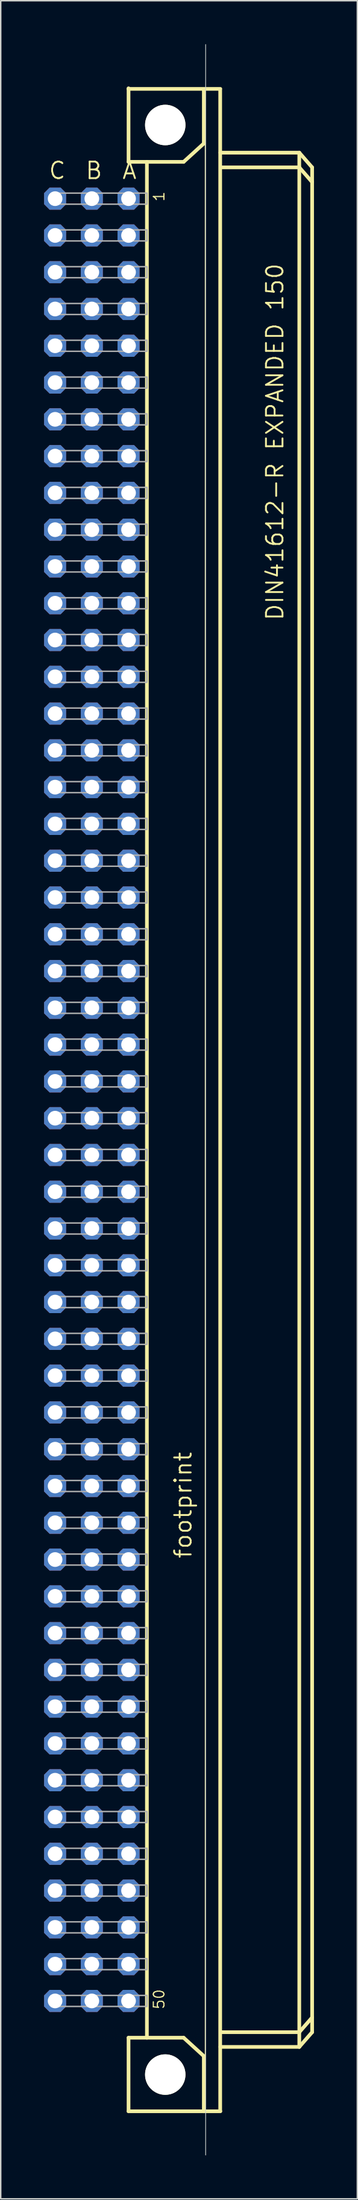
<source format=kicad_pcb>
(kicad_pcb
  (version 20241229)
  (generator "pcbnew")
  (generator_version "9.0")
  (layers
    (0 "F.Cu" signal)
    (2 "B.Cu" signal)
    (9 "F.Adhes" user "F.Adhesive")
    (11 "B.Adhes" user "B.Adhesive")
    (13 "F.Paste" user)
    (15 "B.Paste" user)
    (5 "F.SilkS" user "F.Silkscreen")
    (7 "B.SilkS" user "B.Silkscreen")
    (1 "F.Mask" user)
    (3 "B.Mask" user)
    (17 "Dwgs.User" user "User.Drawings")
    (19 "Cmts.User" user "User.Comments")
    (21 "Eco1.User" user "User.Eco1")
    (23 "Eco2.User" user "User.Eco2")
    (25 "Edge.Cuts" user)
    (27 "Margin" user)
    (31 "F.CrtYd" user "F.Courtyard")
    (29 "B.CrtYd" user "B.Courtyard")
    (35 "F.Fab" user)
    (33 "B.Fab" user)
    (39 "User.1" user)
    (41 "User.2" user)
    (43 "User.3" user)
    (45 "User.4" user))
  (footprint "footprint"
    (layer "F.Cu")
    (at 8.382 72.898)
    (property "Reference" "footprint" (at 1.905 31.75 90) (layer "F.SilkS") (effects (font (size 1.143 1.143) (thickness 0.127)) (justify left bottom)))
    (fp_line (start -2.54 -69.85) (end -2.54 -69.81) (stroke (width 0.254) (type solid)) (layer "F.SilkS"))
    (fp_line (start -2.54 -69.81) (end -2.54 -64.77) (stroke (width 0.254) (type solid)) (layer "F.SilkS"))
    (fp_line (start -2.54 -69.81) (end 3.81 -69.81) (stroke (width 0.254) (type solid)) (layer "F.SilkS"))
    (fp_line (start -2.54 -64.77) (end -1.27 -64.77) (stroke (width 0.254) (type solid)) (layer "F.SilkS"))
    (fp_line (start -2.54 64.77) (end -1.27 64.77) (stroke (width 0.254) (type solid)) (layer "F.SilkS"))
    (fp_line (start -2.54 69.85) (end -2.54 64.77) (stroke (width 0.254) (type solid)) (layer "F.SilkS"))
    (fp_line (start -2.54 69.85) (end 2.667 69.85) (stroke (width 0.254) (type solid)) (layer "F.SilkS"))
    (fp_line (start -1.27 -64.77) (end -1.27 64.77) (stroke (width 0.254) (type solid)) (layer "F.SilkS"))
    (fp_line (start -1.27 -64.77) (end 1.27 -64.77) (stroke (width 0.254) (type solid)) (layer "F.SilkS"))
    (fp_line (start -1.27 64.77) (end 1.27 64.77) (stroke (width 0.254) (type solid)) (layer "F.SilkS"))
    (fp_line (start 1.27 -64.77) (end 2.667 -66.04) (stroke (width 0.254) (type solid)) (layer "F.SilkS"))
    (fp_line (start 1.27 64.77) (end 2.667 66.04) (stroke (width 0.254) (type solid)) (layer "F.SilkS"))
    (fp_line (start 2.667 -66.04) (end 2.667 -69.723) (stroke (width 0.254) (type solid)) (layer "F.SilkS"))
    (fp_line (start 2.667 66.04) (end 2.667 69.85) (stroke (width 0.254) (type solid)) (layer "F.SilkS"))
    (fp_line (start 2.667 69.85) (end 3.81 69.85) (stroke (width 0.254) (type solid)) (layer "F.SilkS"))
    (fp_line (start 2.76 -69.72) (end 2.76 69.847) (stroke (width 0.051) (type solid)) (layer "F.SilkS"))
    (fp_line (start 3.8 69.847) (end 3.8 -69.72) (stroke (width 0.254) (type solid)) (layer "F.SilkS"))
    (fp_line (start 3.81 -65.405) (end 9.271 -65.405) (stroke (width 0.254) (type solid)) (layer "F.SilkS"))
    (fp_line (start 3.937 64.389) (end 9.271 64.389) (stroke (width 0.254) (type solid)) (layer "F.SilkS"))
    (fp_line (start 9.271 -64.389) (end 3.937 -64.389) (stroke (width 0.254) (type solid)) (layer "F.SilkS"))
    (fp_line (start 9.271 -64.389) (end 9.271 -65.405) (stroke (width 0.254) (type solid)) (layer "F.SilkS"))
    (fp_line (start 9.271 64.389) (end 9.271 -64.389) (stroke (width 0.254) (type solid)) (layer "F.SilkS"))
    (fp_line (start 9.271 64.389) (end 10.16 63.373) (stroke (width 0.254) (type solid)) (layer "F.SilkS"))
    (fp_line (start 9.271 65.405) (end 3.81 65.405) (stroke (width 0.254) (type solid)) (layer "F.SilkS"))
    (fp_line (start 9.271 65.405) (end 9.271 64.389) (stroke (width 0.254) (type solid)) (layer "F.SilkS"))
    (fp_line (start 9.271 65.405) (end 10.16 64.389) (stroke (width 0.254) (type solid)) (layer "F.SilkS"))
    (fp_line (start 10.16 -64.389) (end 9.271 -65.405) (stroke (width 0.254) (type solid)) (layer "F.SilkS"))
    (fp_line (start 10.16 -63.373) (end 9.271 -64.389) (stroke (width 0.254) (type solid)) (layer "F.SilkS"))
    (fp_line (start 10.16 -63.373) (end 10.16 -64.389) (stroke (width 0.254) (type solid)) (layer "F.SilkS"))
    (fp_line (start 10.16 63.373) (end 10.16 -63.373) (stroke (width 0.254) (type solid)) (layer "F.SilkS"))
    (fp_line (start 10.16 64.389) (end 10.16 63.373) (stroke (width 0.254) (type solid)) (layer "F.SilkS"))
    (fp_circle (center 0 -67.316) (end 1.27 -67.316) (stroke (width 0.254) (type solid)) (fill no) (layer "F.SilkS"))
    (fp_circle (center 0 67.316) (end 1.27 67.316) (stroke (width 0.254) (type solid)) (fill no) (layer "F.SilkS"))
    (fp_line (start 2.794 72.873) (end 2.794 -72.873) (stroke (width 0.05) (type solid)) (layer "Edge.Cuts"))
    (fp_poly (pts (xy -7.874 -61.849) (xy -1.27 -61.849) (xy -1.27 -62.611) (xy -7.874 -62.611)) (stroke (width 0.1) (type solid)) (fill no) (layer "F.Fab"))
    (fp_poly (pts (xy -7.874 -59.309) (xy -1.27 -59.309) (xy -1.27 -60.071) (xy -7.874 -60.071)) (stroke (width 0.1) (type solid)) (fill no) (layer "F.Fab"))
    (fp_poly (pts (xy -7.874 -56.769) (xy -1.27 -56.769) (xy -1.27 -57.531) (xy -7.874 -57.531)) (stroke (width 0.1) (type solid)) (fill no) (layer "F.Fab"))
    (fp_poly (pts (xy -7.874 -54.229) (xy -1.27 -54.229) (xy -1.27 -54.991) (xy -7.874 -54.991)) (stroke (width 0.1) (type solid)) (fill no) (layer "F.Fab"))
    (fp_poly (pts (xy -7.874 -51.689) (xy -1.27 -51.689) (xy -1.27 -52.451) (xy -7.874 -52.451)) (stroke (width 0.1) (type solid)) (fill no) (layer "F.Fab"))
    (fp_poly (pts (xy -7.874 -49.149) (xy -1.27 -49.149) (xy -1.27 -49.911) (xy -7.874 -49.911)) (stroke (width 0.1) (type solid)) (fill no) (layer "F.Fab"))
    (fp_poly (pts (xy -7.874 -46.609) (xy -1.27 -46.609) (xy -1.27 -47.371) (xy -7.874 -47.371)) (stroke (width 0.1) (type solid)) (fill no) (layer "F.Fab"))
    (fp_poly (pts (xy -7.874 -44.069) (xy -1.27 -44.069) (xy -1.27 -44.831) (xy -7.874 -44.831)) (stroke (width 0.1) (type solid)) (fill no) (layer "F.Fab"))
    (fp_poly (pts (xy -7.874 -41.529) (xy -1.27 -41.529) (xy -1.27 -42.291) (xy -7.874 -42.291)) (stroke (width 0.1) (type solid)) (fill no) (layer "F.Fab"))
    (fp_poly (pts (xy -7.874 -38.989) (xy -1.27 -38.989) (xy -1.27 -39.751) (xy -7.874 -39.751)) (stroke (width 0.1) (type solid)) (fill no) (layer "F.Fab"))
    (fp_poly (pts (xy -7.874 -36.449) (xy -1.27 -36.449) (xy -1.27 -37.211) (xy -7.874 -37.211)) (stroke (width 0.1) (type solid)) (fill no) (layer "F.Fab"))
    (fp_poly (pts (xy -7.874 -33.909) (xy -1.27 -33.909) (xy -1.27 -34.671) (xy -7.874 -34.671)) (stroke (width 0.1) (type solid)) (fill no) (layer "F.Fab"))
    (fp_poly (pts (xy -7.874 -31.369) (xy -1.27 -31.369) (xy -1.27 -32.131) (xy -7.874 -32.131)) (stroke (width 0.1) (type solid)) (fill no) (layer "F.Fab"))
    (fp_poly (pts (xy -7.874 -28.829) (xy -1.27 -28.829) (xy -1.27 -29.591) (xy -7.874 -29.591)) (stroke (width 0.1) (type solid)) (fill no) (layer "F.Fab"))
    (fp_poly (pts (xy -7.874 -26.289) (xy -1.27 -26.289) (xy -1.27 -27.051) (xy -7.874 -27.051)) (stroke (width 0.1) (type solid)) (fill no) (layer "F.Fab"))
    (fp_poly (pts (xy -7.874 -23.749) (xy -1.27 -23.749) (xy -1.27 -24.511) (xy -7.874 -24.511)) (stroke (width 0.1) (type solid)) (fill no) (layer "F.Fab"))
    (fp_poly (pts (xy -7.874 -21.209) (xy -1.27 -21.209) (xy -1.27 -21.971) (xy -7.874 -21.971)) (stroke (width 0.1) (type solid)) (fill no) (layer "F.Fab"))
    (fp_poly (pts (xy -7.874 -18.669) (xy -1.27 -18.669) (xy -1.27 -19.431) (xy -7.874 -19.431)) (stroke (width 0.1) (type solid)) (fill no) (layer "F.Fab"))
    (fp_poly (pts (xy -7.874 -16.129) (xy -1.27 -16.129) (xy -1.27 -16.891) (xy -7.874 -16.891)) (stroke (width 0.1) (type solid)) (fill no) (layer "F.Fab"))
    (fp_poly (pts (xy -7.874 -13.589) (xy -1.27 -13.589) (xy -1.27 -14.351) (xy -7.874 -14.351)) (stroke (width 0.1) (type solid)) (fill no) (layer "F.Fab"))
    (fp_poly (pts (xy -7.874 -11.049) (xy -1.27 -11.049) (xy -1.27 -11.811) (xy -7.874 -11.811)) (stroke (width 0.1) (type solid)) (fill no) (layer "F.Fab"))
    (fp_poly (pts (xy -7.874 -8.509) (xy -1.27 -8.509) (xy -1.27 -9.271) (xy -7.874 -9.271)) (stroke (width 0.1) (type solid)) (fill no) (layer "F.Fab"))
    (fp_poly (pts (xy -7.874 -5.969) (xy -1.27 -5.969) (xy -1.27 -6.731) (xy -7.874 -6.731)) (stroke (width 0.1) (type solid)) (fill no) (layer "F.Fab"))
    (fp_poly (pts (xy -7.874 -3.429) (xy -1.27 -3.429) (xy -1.27 -4.191) (xy -7.874 -4.191)) (stroke (width 0.1) (type solid)) (fill no) (layer "F.Fab"))
    (fp_poly (pts (xy -7.874 -0.889) (xy -1.27 -0.889) (xy -1.27 -1.651) (xy -7.874 -1.651)) (stroke (width 0.1) (type solid)) (fill no) (layer "F.Fab"))
    (fp_poly (pts (xy -7.874 1.651) (xy -1.27 1.651) (xy -1.27 0.889) (xy -7.874 0.889)) (stroke (width 0.1) (type solid)) (fill no) (layer "F.Fab"))
    (fp_poly (pts (xy -7.874 4.191) (xy -1.27 4.191) (xy -1.27 3.429) (xy -7.874 3.429)) (stroke (width 0.1) (type solid)) (fill no) (layer "F.Fab"))
    (fp_poly (pts (xy -7.874 6.731) (xy -1.27 6.731) (xy -1.27 5.969) (xy -7.874 5.969)) (stroke (width 0.1) (type solid)) (fill no) (layer "F.Fab"))
    (fp_poly (pts (xy -7.874 9.271) (xy -1.27 9.271) (xy -1.27 8.509) (xy -7.874 8.509)) (stroke (width 0.1) (type solid)) (fill no) (layer "F.Fab"))
    (fp_poly (pts (xy -7.874 11.811) (xy -1.27 11.811) (xy -1.27 11.049) (xy -7.874 11.049)) (stroke (width 0.1) (type solid)) (fill no) (layer "F.Fab"))
    (fp_poly (pts (xy -7.874 14.351) (xy -1.27 14.351) (xy -1.27 13.589) (xy -7.874 13.589)) (stroke (width 0.1) (type solid)) (fill no) (layer "F.Fab"))
    (fp_poly (pts (xy -7.874 16.891) (xy -1.27 16.891) (xy -1.27 16.129) (xy -7.874 16.129)) (stroke (width 0.1) (type solid)) (fill no) (layer "F.Fab"))
    (fp_poly (pts (xy -7.874 19.431) (xy -1.27 19.431) (xy -1.27 18.669) (xy -7.874 18.669)) (stroke (width 0.1) (type solid)) (fill no) (layer "F.Fab"))
    (fp_poly (pts (xy -7.874 21.971) (xy -1.27 21.971) (xy -1.27 21.209) (xy -7.874 21.209)) (stroke (width 0.1) (type solid)) (fill no) (layer "F.Fab"))
    (fp_poly (pts (xy -7.874 24.511) (xy -1.27 24.511) (xy -1.27 23.749) (xy -7.874 23.749)) (stroke (width 0.1) (type solid)) (fill no) (layer "F.Fab"))
    (fp_poly (pts (xy -7.874 27.051) (xy -1.27 27.051) (xy -1.27 26.289) (xy -7.874 26.289)) (stroke (width 0.1) (type solid)) (fill no) (layer "F.Fab"))
    (fp_poly (pts (xy -7.874 29.591) (xy -1.27 29.591) (xy -1.27 28.829) (xy -7.874 28.829)) (stroke (width 0.1) (type solid)) (fill no) (layer "F.Fab"))
    (fp_poly (pts (xy -7.874 32.131) (xy -1.27 32.131) (xy -1.27 31.369) (xy -7.874 31.369)) (stroke (width 0.1) (type solid)) (fill no) (layer "F.Fab"))
    (fp_poly (pts (xy -7.874 34.671) (xy -1.27 34.671) (xy -1.27 33.909) (xy -7.874 33.909)) (stroke (width 0.1) (type solid)) (fill no) (layer "F.Fab"))
    (fp_poly (pts (xy -7.874 37.211) (xy -1.27 37.211) (xy -1.27 36.449) (xy -7.874 36.449)) (stroke (width 0.1) (type solid)) (fill no) (layer "F.Fab"))
    (fp_poly (pts (xy -7.874 39.751) (xy -1.27 39.751) (xy -1.27 38.989) (xy -7.874 38.989)) (stroke (width 0.1) (type solid)) (fill no) (layer "F.Fab"))
    (fp_poly (pts (xy -7.874 42.291) (xy -1.27 42.291) (xy -1.27 41.529) (xy -7.874 41.529)) (stroke (width 0.1) (type solid)) (fill no) (layer "F.Fab"))
    (fp_poly (pts (xy -7.874 44.831) (xy -1.27 44.831) (xy -1.27 44.069) (xy -7.874 44.069)) (stroke (width 0.1) (type solid)) (fill no) (layer "F.Fab"))
    (fp_poly (pts (xy -7.874 47.371) (xy -1.27 47.371) (xy -1.27 46.609) (xy -7.874 46.609)) (stroke (width 0.1) (type solid)) (fill no) (layer "F.Fab"))
    (fp_poly (pts (xy -7.874 49.911) (xy -1.27 49.911) (xy -1.27 49.149) (xy -7.874 49.149)) (stroke (width 0.1) (type solid)) (fill no) (layer "F.Fab"))
    (fp_poly (pts (xy -7.874 52.451) (xy -1.27 52.451) (xy -1.27 51.689) (xy -7.874 51.689)) (stroke (width 0.1) (type solid)) (fill no) (layer "F.Fab"))
    (fp_poly (pts (xy -7.874 54.991) (xy -1.27 54.991) (xy -1.27 54.229) (xy -7.874 54.229)) (stroke (width 0.1) (type solid)) (fill no) (layer "F.Fab"))
    (fp_poly (pts (xy -7.874 57.531) (xy -1.27 57.531) (xy -1.27 56.769) (xy -7.874 56.769)) (stroke (width 0.1) (type solid)) (fill no) (layer "F.Fab"))
    (fp_poly (pts (xy -7.874 60.071) (xy -1.27 60.071) (xy -1.27 59.309) (xy -7.874 59.309)) (stroke (width 0.1) (type solid)) (fill no) (layer "F.Fab"))
    (fp_poly (pts (xy -7.874 62.611) (xy -1.27 62.611) (xy -1.27 61.849) (xy -7.874 61.849)) (stroke (width 0.1) (type solid)) (fill no) (layer "F.Fab"))
    (fp_text user "A" (at -3.048 -63.5 0) (layer "F.SilkS") (effects (font (size 1.143 1.143) (thickness 0.127)) (justify left bottom)))
    (fp_text user "1" (at 0 -61.976 90) (layer "F.SilkS") (effects (font (size 0.732 0.732) (thickness 0.081)) (justify left bottom)))
    (fp_text user "DIN41612-R EXPANDED 150" (at 8.255 -33.02 90) (layer "F.SilkS") (effects (font (size 1.143 1.143) (thickness 0.127)) (justify left bottom)))
    (fp_text user "C" (at -8.128 -63.5 0) (layer "F.SilkS") (effects (font (size 1.143 1.143) (thickness 0.127)) (justify left bottom)))
    (fp_text user "B" (at -5.588 -63.5 0) (layer "F.SilkS") (effects (font (size 1.143 1.143) (thickness 0.127)) (justify left bottom)))
    (fp_text user "50" (at 0 62.865 90) (layer "F.SilkS") (effects (font (size 0.732 0.732) (thickness 0.081)) (justify left bottom)))
    (pad "" np_thru_hole circle (at 0 -67.316) (size 2.794 2.794) (drill 2.794) (layers "*.Cu" "*.Mask"))
    (pad "" np_thru_hole circle (at 0 67.316) (size 2.794 2.794) (drill 2.794) (layers "*.Cu" "*.Mask"))
    (pad "A1" thru_hole roundrect (at -2.54 -62.23) (size 1.524 1.524) (drill 1.016) (layers "*.Cu" "*.Mask") (roundrect_rratio 0.25) (chamfer_ratio 0.25) (chamfer top_left top_right bottom_left bottom_right))
    (pad "A2" thru_hole roundrect (at -2.54 -59.69) (size 1.524 1.524) (drill 1.016) (layers "*.Cu" "*.Mask") (roundrect_rratio 0.25) (chamfer_ratio 0.25) (chamfer top_left top_right bottom_left bottom_right))
    (pad "A3" thru_hole roundrect (at -2.54 -57.15) (size 1.524 1.524) (drill 1.016) (layers "*.Cu" "*.Mask") (roundrect_rratio 0.25) (chamfer_ratio 0.25) (chamfer top_left top_right bottom_left bottom_right))
    (pad "A4" thru_hole roundrect (at -2.54 -54.61) (size 1.524 1.524) (drill 1.016) (layers "*.Cu" "*.Mask") (roundrect_rratio 0.25) (chamfer_ratio 0.25) (chamfer top_left top_right bottom_left bottom_right))
    (pad "A5" thru_hole roundrect (at -2.54 -52.07) (size 1.524 1.524) (drill 1.016) (layers "*.Cu" "*.Mask") (roundrect_rratio 0.25) (chamfer_ratio 0.25) (chamfer top_left top_right bottom_left bottom_right))
    (pad "A6" thru_hole roundrect (at -2.54 -49.53) (size 1.524 1.524) (drill 1.016) (layers "*.Cu" "*.Mask") (roundrect_rratio 0.25) (chamfer_ratio 0.25) (chamfer top_left top_right bottom_left bottom_right))
    (pad "A7" thru_hole roundrect (at -2.54 -46.99) (size 1.524 1.524) (drill 1.016) (layers "*.Cu" "*.Mask") (roundrect_rratio 0.25) (chamfer_ratio 0.25) (chamfer top_left top_right bottom_left bottom_right))
    (pad "A8" thru_hole roundrect (at -2.54 -44.45) (size 1.524 1.524) (drill 1.016) (layers "*.Cu" "*.Mask") (roundrect_rratio 0.25) (chamfer_ratio 0.25) (chamfer top_left top_right bottom_left bottom_right))
    (pad "A9" thru_hole roundrect (at -2.54 -41.91) (size 1.524 1.524) (drill 1.016) (layers "*.Cu" "*.Mask") (roundrect_rratio 0.25) (chamfer_ratio 0.25) (chamfer top_left top_right bottom_left bottom_right))
    (pad "A10" thru_hole roundrect (at -2.54 -39.37) (size 1.524 1.524) (drill 1.016) (layers "*.Cu" "*.Mask") (roundrect_rratio 0.25) (chamfer_ratio 0.25) (chamfer top_left top_right bottom_left bottom_right))
    (pad "A11" thru_hole roundrect (at -2.54 -36.83) (size 1.524 1.524) (drill 1.016) (layers "*.Cu" "*.Mask") (roundrect_rratio 0.25) (chamfer_ratio 0.25) (chamfer top_left top_right bottom_left bottom_right))
    (pad "A12" thru_hole roundrect (at -2.54 -34.29) (size 1.524 1.524) (drill 1.016) (layers "*.Cu" "*.Mask") (roundrect_rratio 0.25) (chamfer_ratio 0.25) (chamfer top_left top_right bottom_left bottom_right))
    (pad "A13" thru_hole roundrect (at -2.54 -31.75) (size 1.524 1.524) (drill 1.016) (layers "*.Cu" "*.Mask") (roundrect_rratio 0.25) (chamfer_ratio 0.25) (chamfer top_left top_right bottom_left bottom_right))
    (pad "A14" thru_hole roundrect (at -2.54 -29.21) (size 1.524 1.524) (drill 1.016) (layers "*.Cu" "*.Mask") (roundrect_rratio 0.25) (chamfer_ratio 0.25) (chamfer top_left top_right bottom_left bottom_right))
    (pad "A15" thru_hole roundrect (at -2.54 -26.67) (size 1.524 1.524) (drill 1.016) (layers "*.Cu" "*.Mask") (roundrect_rratio 0.25) (chamfer_ratio 0.25) (chamfer top_left top_right bottom_left bottom_right))
    (pad "A16" thru_hole roundrect (at -2.54 -24.13) (size 1.524 1.524) (drill 1.016) (layers "*.Cu" "*.Mask") (roundrect_rratio 0.25) (chamfer_ratio 0.25) (chamfer top_left top_right bottom_left bottom_right))
    (pad "A17" thru_hole roundrect (at -2.54 -21.59) (size 1.524 1.524) (drill 1.016) (layers "*.Cu" "*.Mask") (roundrect_rratio 0.25) (chamfer_ratio 0.25) (chamfer top_left top_right bottom_left bottom_right))
    (pad "A18" thru_hole roundrect (at -2.54 -19.05) (size 1.524 1.524) (drill 1.016) (layers "*.Cu" "*.Mask") (roundrect_rratio 0.25) (chamfer_ratio 0.25) (chamfer top_left top_right bottom_left bottom_right))
    (pad "A19" thru_hole roundrect (at -2.54 -16.51) (size 1.524 1.524) (drill 1.016) (layers "*.Cu" "*.Mask") (roundrect_rratio 0.25) (chamfer_ratio 0.25) (chamfer top_left top_right bottom_left bottom_right))
    (pad "A20" thru_hole roundrect (at -2.54 -13.97) (size 1.524 1.524) (drill 1.016) (layers "*.Cu" "*.Mask") (roundrect_rratio 0.25) (chamfer_ratio 0.25) (chamfer top_left top_right bottom_left bottom_right))
    (pad "A21" thru_hole roundrect (at -2.54 -11.43) (size 1.524 1.524) (drill 1.016) (layers "*.Cu" "*.Mask") (roundrect_rratio 0.25) (chamfer_ratio 0.25) (chamfer top_left top_right bottom_left bottom_right))
    (pad "A22" thru_hole roundrect (at -2.54 -8.89) (size 1.524 1.524) (drill 1.016) (layers "*.Cu" "*.Mask") (roundrect_rratio 0.25) (chamfer_ratio 0.25) (chamfer top_left top_right bottom_left bottom_right))
    (pad "A23" thru_hole roundrect (at -2.54 -6.35) (size 1.524 1.524) (drill 1.016) (layers "*.Cu" "*.Mask") (roundrect_rratio 0.25) (chamfer_ratio 0.25) (chamfer top_left top_right bottom_left bottom_right))
    (pad "A24" thru_hole roundrect (at -2.54 -3.81) (size 1.524 1.524) (drill 1.016) (layers "*.Cu" "*.Mask") (roundrect_rratio 0.25) (chamfer_ratio 0.25) (chamfer top_left top_right bottom_left bottom_right))
    (pad "A25" thru_hole roundrect (at -2.54 -1.27) (size 1.524 1.524) (drill 1.016) (layers "*.Cu" "*.Mask") (roundrect_rratio 0.25) (chamfer_ratio 0.25) (chamfer top_left top_right bottom_left bottom_right))
    (pad "A26" thru_hole roundrect (at -2.54 1.27) (size 1.524 1.524) (drill 1.016) (layers "*.Cu" "*.Mask") (roundrect_rratio 0.25) (chamfer_ratio 0.25) (chamfer top_left top_right bottom_left bottom_right))
    (pad "A27" thru_hole roundrect (at -2.54 3.81) (size 1.524 1.524) (drill 1.016) (layers "*.Cu" "*.Mask") (roundrect_rratio 0.25) (chamfer_ratio 0.25) (chamfer top_left top_right bottom_left bottom_right))
    (pad "A28" thru_hole roundrect (at -2.54 6.35) (size 1.524 1.524) (drill 1.016) (layers "*.Cu" "*.Mask") (roundrect_rratio 0.25) (chamfer_ratio 0.25) (chamfer top_left top_right bottom_left bottom_right))
    (pad "A29" thru_hole roundrect (at -2.54 8.89) (size 1.524 1.524) (drill 1.016) (layers "*.Cu" "*.Mask") (roundrect_rratio 0.25) (chamfer_ratio 0.25) (chamfer top_left top_right bottom_left bottom_right))
    (pad "A30" thru_hole roundrect (at -2.54 11.43) (size 1.524 1.524) (drill 1.016) (layers "*.Cu" "*.Mask") (roundrect_rratio 0.25) (chamfer_ratio 0.25) (chamfer top_left top_right bottom_left bottom_right))
    (pad "A31" thru_hole roundrect (at -2.54 13.97) (size 1.524 1.524) (drill 1.016) (layers "*.Cu" "*.Mask") (roundrect_rratio 0.25) (chamfer_ratio 0.25) (chamfer top_left top_right bottom_left bottom_right))
    (pad "A32" thru_hole roundrect (at -2.54 16.51) (size 1.524 1.524) (drill 1.016) (layers "*.Cu" "*.Mask") (roundrect_rratio 0.25) (chamfer_ratio 0.25) (chamfer top_left top_right bottom_left bottom_right))
    (pad "A33" thru_hole roundrect (at -2.54 19.05) (size 1.524 1.524) (drill 1.016) (layers "*.Cu" "*.Mask") (roundrect_rratio 0.25) (chamfer_ratio 0.25) (chamfer top_left top_right bottom_left bottom_right))
    (pad "A34" thru_hole roundrect (at -2.54 21.59) (size 1.524 1.524) (drill 1.016) (layers "*.Cu" "*.Mask") (roundrect_rratio 0.25) (chamfer_ratio 0.25) (chamfer top_left top_right bottom_left bottom_right))
    (pad "A35" thru_hole roundrect (at -2.54 24.13) (size 1.524 1.524) (drill 1.016) (layers "*.Cu" "*.Mask") (roundrect_rratio 0.25) (chamfer_ratio 0.25) (chamfer top_left top_right bottom_left bottom_right))
    (pad "A36" thru_hole roundrect (at -2.54 26.67) (size 1.524 1.524) (drill 1.016) (layers "*.Cu" "*.Mask") (roundrect_rratio 0.25) (chamfer_ratio 0.25) (chamfer top_left top_right bottom_left bottom_right))
    (pad "A37" thru_hole roundrect (at -2.54 29.21) (size 1.524 1.524) (drill 1.016) (layers "*.Cu" "*.Mask") (roundrect_rratio 0.25) (chamfer_ratio 0.25) (chamfer top_left top_right bottom_left bottom_right))
    (pad "A38" thru_hole roundrect (at -2.54 31.75) (size 1.524 1.524) (drill 1.016) (layers "*.Cu" "*.Mask") (roundrect_rratio 0.25) (chamfer_ratio 0.25) (chamfer top_left top_right bottom_left bottom_right))
    (pad "A39" thru_hole roundrect (at -2.54 34.29) (size 1.524 1.524) (drill 1.016) (layers "*.Cu" "*.Mask") (roundrect_rratio 0.25) (chamfer_ratio 0.25) (chamfer top_left top_right bottom_left bottom_right))
    (pad "A40" thru_hole roundrect (at -2.54 36.83) (size 1.524 1.524) (drill 1.016) (layers "*.Cu" "*.Mask") (roundrect_rratio 0.25) (chamfer_ratio 0.25) (chamfer top_left top_right bottom_left bottom_right))
    (pad "A41" thru_hole roundrect (at -2.54 39.37) (size 1.524 1.524) (drill 1.016) (layers "*.Cu" "*.Mask") (roundrect_rratio 0.25) (chamfer_ratio 0.25) (chamfer top_left top_right bottom_left bottom_right))
    (pad "A42" thru_hole roundrect (at -2.54 41.91) (size 1.524 1.524) (drill 1.016) (layers "*.Cu" "*.Mask") (roundrect_rratio 0.25) (chamfer_ratio 0.25) (chamfer top_left top_right bottom_left bottom_right))
    (pad "A43" thru_hole roundrect (at -2.54 44.45) (size 1.524 1.524) (drill 1.016) (layers "*.Cu" "*.Mask") (roundrect_rratio 0.25) (chamfer_ratio 0.25) (chamfer top_left top_right bottom_left bottom_right))
    (pad "A44" thru_hole roundrect (at -2.54 46.99) (size 1.524 1.524) (drill 1.016) (layers "*.Cu" "*.Mask") (roundrect_rratio 0.25) (chamfer_ratio 0.25) (chamfer top_left top_right bottom_left bottom_right))
    (pad "A45" thru_hole roundrect (at -2.54 49.53) (size 1.524 1.524) (drill 1.016) (layers "*.Cu" "*.Mask") (roundrect_rratio 0.25) (chamfer_ratio 0.25) (chamfer top_left top_right bottom_left bottom_right))
    (pad "A46" thru_hole roundrect (at -2.54 52.07) (size 1.524 1.524) (drill 1.016) (layers "*.Cu" "*.Mask") (roundrect_rratio 0.25) (chamfer_ratio 0.25) (chamfer top_left top_right bottom_left bottom_right))
    (pad "A47" thru_hole roundrect (at -2.54 54.61) (size 1.524 1.524) (drill 1.016) (layers "*.Cu" "*.Mask") (roundrect_rratio 0.25) (chamfer_ratio 0.25) (chamfer top_left top_right bottom_left bottom_right))
    (pad "A48" thru_hole roundrect (at -2.54 57.15) (size 1.524 1.524) (drill 1.016) (layers "*.Cu" "*.Mask") (roundrect_rratio 0.25) (chamfer_ratio 0.25) (chamfer top_left top_right bottom_left bottom_right))
    (pad "A49" thru_hole roundrect (at -2.54 59.69) (size 1.524 1.524) (drill 1.016) (layers "*.Cu" "*.Mask") (roundrect_rratio 0.25) (chamfer_ratio 0.25) (chamfer top_left top_right bottom_left bottom_right))
    (pad "A50" thru_hole roundrect (at -2.54 62.23) (size 1.524 1.524) (drill 1.016) (layers "*.Cu" "*.Mask") (roundrect_rratio 0.25) (chamfer_ratio 0.25) (chamfer top_left top_right bottom_left bottom_right))
    (pad "B1" thru_hole roundrect (at -5.08 -62.23) (size 1.524 1.524) (drill 1.016) (layers "*.Cu" "*.Mask") (roundrect_rratio 0.25) (chamfer_ratio 0.25) (chamfer top_left top_right bottom_left bottom_right))
    (pad "B2" thru_hole roundrect (at -5.08 -59.69) (size 1.524 1.524) (drill 1.016) (layers "*.Cu" "*.Mask") (roundrect_rratio 0.25) (chamfer_ratio 0.25) (chamfer top_left top_right bottom_left bottom_right))
    (pad "B3" thru_hole roundrect (at -5.08 -57.15) (size 1.524 1.524) (drill 1.016) (layers "*.Cu" "*.Mask") (roundrect_rratio 0.25) (chamfer_ratio 0.25) (chamfer top_left top_right bottom_left bottom_right))
    (pad "B4" thru_hole roundrect (at -5.08 -54.61) (size 1.524 1.524) (drill 1.016) (layers "*.Cu" "*.Mask") (roundrect_rratio 0.25) (chamfer_ratio 0.25) (chamfer top_left top_right bottom_left bottom_right))
    (pad "B5" thru_hole roundrect (at -5.08 -52.07) (size 1.524 1.524) (drill 1.016) (layers "*.Cu" "*.Mask") (roundrect_rratio 0.25) (chamfer_ratio 0.25) (chamfer top_left top_right bottom_left bottom_right))
    (pad "B6" thru_hole roundrect (at -5.08 -49.53) (size 1.524 1.524) (drill 1.016) (layers "*.Cu" "*.Mask") (roundrect_rratio 0.25) (chamfer_ratio 0.25) (chamfer top_left top_right bottom_left bottom_right))
    (pad "B7" thru_hole roundrect (at -5.08 -46.99) (size 1.524 1.524) (drill 1.016) (layers "*.Cu" "*.Mask") (roundrect_rratio 0.25) (chamfer_ratio 0.25) (chamfer top_left top_right bottom_left bottom_right))
    (pad "B8" thru_hole roundrect (at -5.08 -44.45) (size 1.524 1.524) (drill 1.016) (layers "*.Cu" "*.Mask") (roundrect_rratio 0.25) (chamfer_ratio 0.25) (chamfer top_left top_right bottom_left bottom_right))
    (pad "B9" thru_hole roundrect (at -5.08 -41.91) (size 1.524 1.524) (drill 1.016) (layers "*.Cu" "*.Mask") (roundrect_rratio 0.25) (chamfer_ratio 0.25) (chamfer top_left top_right bottom_left bottom_right))
    (pad "B10" thru_hole roundrect (at -5.08 -39.37) (size 1.524 1.524) (drill 1.016) (layers "*.Cu" "*.Mask") (roundrect_rratio 0.25) (chamfer_ratio 0.25) (chamfer top_left top_right bottom_left bottom_right))
    (pad "B11" thru_hole roundrect (at -5.08 -36.83) (size 1.524 1.524) (drill 1.016) (layers "*.Cu" "*.Mask") (roundrect_rratio 0.25) (chamfer_ratio 0.25) (chamfer top_left top_right bottom_left bottom_right))
    (pad "B12" thru_hole roundrect (at -5.08 -34.29) (size 1.524 1.524) (drill 1.016) (layers "*.Cu" "*.Mask") (roundrect_rratio 0.25) (chamfer_ratio 0.25) (chamfer top_left top_right bottom_left bottom_right))
    (pad "B13" thru_hole roundrect (at -5.08 -31.75) (size 1.524 1.524) (drill 1.016) (layers "*.Cu" "*.Mask") (roundrect_rratio 0.25) (chamfer_ratio 0.25) (chamfer top_left top_right bottom_left bottom_right))
    (pad "B14" thru_hole roundrect (at -5.08 -29.21) (size 1.524 1.524) (drill 1.016) (layers "*.Cu" "*.Mask") (roundrect_rratio 0.25) (chamfer_ratio 0.25) (chamfer top_left top_right bottom_left bottom_right))
    (pad "B15" thru_hole roundrect (at -5.08 -26.67) (size 1.524 1.524) (drill 1.016) (layers "*.Cu" "*.Mask") (roundrect_rratio 0.25) (chamfer_ratio 0.25) (chamfer top_left top_right bottom_left bottom_right))
    (pad "B16" thru_hole roundrect (at -5.08 -24.13) (size 1.524 1.524) (drill 1.016) (layers "*.Cu" "*.Mask") (roundrect_rratio 0.25) (chamfer_ratio 0.25) (chamfer top_left top_right bottom_left bottom_right))
    (pad "B17" thru_hole roundrect (at -5.08 -21.59) (size 1.524 1.524) (drill 1.016) (layers "*.Cu" "*.Mask") (roundrect_rratio 0.25) (chamfer_ratio 0.25) (chamfer top_left top_right bottom_left bottom_right))
    (pad "B18" thru_hole roundrect (at -5.08 -19.05) (size 1.524 1.524) (drill 1.016) (layers "*.Cu" "*.Mask") (roundrect_rratio 0.25) (chamfer_ratio 0.25) (chamfer top_left top_right bottom_left bottom_right))
    (pad "B19" thru_hole roundrect (at -5.08 -16.51) (size 1.524 1.524) (drill 1.016) (layers "*.Cu" "*.Mask") (roundrect_rratio 0.25) (chamfer_ratio 0.25) (chamfer top_left top_right bottom_left bottom_right))
    (pad "B20" thru_hole roundrect (at -5.08 -13.97) (size 1.524 1.524) (drill 1.016) (layers "*.Cu" "*.Mask") (roundrect_rratio 0.25) (chamfer_ratio 0.25) (chamfer top_left top_right bottom_left bottom_right))
    (pad "B21" thru_hole roundrect (at -5.08 -11.43) (size 1.524 1.524) (drill 1.016) (layers "*.Cu" "*.Mask") (roundrect_rratio 0.25) (chamfer_ratio 0.25) (chamfer top_left top_right bottom_left bottom_right))
    (pad "B22" thru_hole roundrect (at -5.08 -8.89) (size 1.524 1.524) (drill 1.016) (layers "*.Cu" "*.Mask") (roundrect_rratio 0.25) (chamfer_ratio 0.25) (chamfer top_left top_right bottom_left bottom_right))
    (pad "B23" thru_hole roundrect (at -5.08 -6.35) (size 1.524 1.524) (drill 1.016) (layers "*.Cu" "*.Mask") (roundrect_rratio 0.25) (chamfer_ratio 0.25) (chamfer top_left top_right bottom_left bottom_right))
    (pad "B24" thru_hole roundrect (at -5.08 -3.81) (size 1.524 1.524) (drill 1.016) (layers "*.Cu" "*.Mask") (roundrect_rratio 0.25) (chamfer_ratio 0.25) (chamfer top_left top_right bottom_left bottom_right))
    (pad "B25" thru_hole roundrect (at -5.08 -1.27) (size 1.524 1.524) (drill 1.016) (layers "*.Cu" "*.Mask") (roundrect_rratio 0.25) (chamfer_ratio 0.25) (chamfer top_left top_right bottom_left bottom_right))
    (pad "B26" thru_hole roundrect (at -5.08 1.27) (size 1.524 1.524) (drill 1.016) (layers "*.Cu" "*.Mask") (roundrect_rratio 0.25) (chamfer_ratio 0.25) (chamfer top_left top_right bottom_left bottom_right))
    (pad "B27" thru_hole roundrect (at -5.08 3.81) (size 1.524 1.524) (drill 1.016) (layers "*.Cu" "*.Mask") (roundrect_rratio 0.25) (chamfer_ratio 0.25) (chamfer top_left top_right bottom_left bottom_right))
    (pad "B28" thru_hole roundrect (at -5.08 6.35) (size 1.524 1.524) (drill 1.016) (layers "*.Cu" "*.Mask") (roundrect_rratio 0.25) (chamfer_ratio 0.25) (chamfer top_left top_right bottom_left bottom_right))
    (pad "B29" thru_hole roundrect (at -5.08 8.89) (size 1.524 1.524) (drill 1.016) (layers "*.Cu" "*.Mask") (roundrect_rratio 0.25) (chamfer_ratio 0.25) (chamfer top_left top_right bottom_left bottom_right))
    (pad "B30" thru_hole roundrect (at -5.08 11.43) (size 1.524 1.524) (drill 1.016) (layers "*.Cu" "*.Mask") (roundrect_rratio 0.25) (chamfer_ratio 0.25) (chamfer top_left top_right bottom_left bottom_right))
    (pad "B31" thru_hole roundrect (at -5.08 13.97) (size 1.524 1.524) (drill 1.016) (layers "*.Cu" "*.Mask") (roundrect_rratio 0.25) (chamfer_ratio 0.25) (chamfer top_left top_right bottom_left bottom_right))
    (pad "B32" thru_hole roundrect (at -5.08 16.51) (size 1.524 1.524) (drill 1.016) (layers "*.Cu" "*.Mask") (roundrect_rratio 0.25) (chamfer_ratio 0.25) (chamfer top_left top_right bottom_left bottom_right))
    (pad "B33" thru_hole roundrect (at -5.08 19.05) (size 1.524 1.524) (drill 1.016) (layers "*.Cu" "*.Mask") (roundrect_rratio 0.25) (chamfer_ratio 0.25) (chamfer top_left top_right bottom_left bottom_right))
    (pad "B34" thru_hole roundrect (at -5.08 21.59) (size 1.524 1.524) (drill 1.016) (layers "*.Cu" "*.Mask") (roundrect_rratio 0.25) (chamfer_ratio 0.25) (chamfer top_left top_right bottom_left bottom_right))
    (pad "B35" thru_hole roundrect (at -5.08 24.13) (size 1.524 1.524) (drill 1.016) (layers "*.Cu" "*.Mask") (roundrect_rratio 0.25) (chamfer_ratio 0.25) (chamfer top_left top_right bottom_left bottom_right))
    (pad "B36" thru_hole roundrect (at -5.08 26.67) (size 1.524 1.524) (drill 1.016) (layers "*.Cu" "*.Mask") (roundrect_rratio 0.25) (chamfer_ratio 0.25) (chamfer top_left top_right bottom_left bottom_right))
    (pad "B37" thru_hole roundrect (at -5.08 29.21) (size 1.524 1.524) (drill 1.016) (layers "*.Cu" "*.Mask") (roundrect_rratio 0.25) (chamfer_ratio 0.25) (chamfer top_left top_right bottom_left bottom_right))
    (pad "B38" thru_hole roundrect (at -5.08 31.75) (size 1.524 1.524) (drill 1.016) (layers "*.Cu" "*.Mask") (roundrect_rratio 0.25) (chamfer_ratio 0.25) (chamfer top_left top_right bottom_left bottom_right))
    (pad "B39" thru_hole roundrect (at -5.08 34.29) (size 1.524 1.524) (drill 1.016) (layers "*.Cu" "*.Mask") (roundrect_rratio 0.25) (chamfer_ratio 0.25) (chamfer top_left top_right bottom_left bottom_right))
    (pad "B40" thru_hole roundrect (at -5.08 36.83) (size 1.524 1.524) (drill 1.016) (layers "*.Cu" "*.Mask") (roundrect_rratio 0.25) (chamfer_ratio 0.25) (chamfer top_left top_right bottom_left bottom_right))
    (pad "B41" thru_hole roundrect (at -5.08 39.37) (size 1.524 1.524) (drill 1.016) (layers "*.Cu" "*.Mask") (roundrect_rratio 0.25) (chamfer_ratio 0.25) (chamfer top_left top_right bottom_left bottom_right))
    (pad "B42" thru_hole roundrect (at -5.08 41.91) (size 1.524 1.524) (drill 1.016) (layers "*.Cu" "*.Mask") (roundrect_rratio 0.25) (chamfer_ratio 0.25) (chamfer top_left top_right bottom_left bottom_right))
    (pad "B43" thru_hole roundrect (at -5.08 44.45) (size 1.524 1.524) (drill 1.016) (layers "*.Cu" "*.Mask") (roundrect_rratio 0.25) (chamfer_ratio 0.25) (chamfer top_left top_right bottom_left bottom_right))
    (pad "B44" thru_hole roundrect (at -5.08 46.99) (size 1.524 1.524) (drill 1.016) (layers "*.Cu" "*.Mask") (roundrect_rratio 0.25) (chamfer_ratio 0.25) (chamfer top_left top_right bottom_left bottom_right))
    (pad "B45" thru_hole roundrect (at -5.08 49.53) (size 1.524 1.524) (drill 1.016) (layers "*.Cu" "*.Mask") (roundrect_rratio 0.25) (chamfer_ratio 0.25) (chamfer top_left top_right bottom_left bottom_right))
    (pad "B46" thru_hole roundrect (at -5.08 52.07) (size 1.524 1.524) (drill 1.016) (layers "*.Cu" "*.Mask") (roundrect_rratio 0.25) (chamfer_ratio 0.25) (chamfer top_left top_right bottom_left bottom_right))
    (pad "B47" thru_hole roundrect (at -5.08 54.61) (size 1.524 1.524) (drill 1.016) (layers "*.Cu" "*.Mask") (roundrect_rratio 0.25) (chamfer_ratio 0.25) (chamfer top_left top_right bottom_left bottom_right))
    (pad "B48" thru_hole roundrect (at -5.08 57.15) (size 1.524 1.524) (drill 1.016) (layers "*.Cu" "*.Mask") (roundrect_rratio 0.25) (chamfer_ratio 0.25) (chamfer top_left top_right bottom_left bottom_right))
    (pad "B49" thru_hole roundrect (at -5.08 59.69) (size 1.524 1.524) (drill 1.016) (layers "*.Cu" "*.Mask") (roundrect_rratio 0.25) (chamfer_ratio 0.25) (chamfer top_left top_right bottom_left bottom_right))
    (pad "B50" thru_hole roundrect (at -5.08 62.23) (size 1.524 1.524) (drill 1.016) (layers "*.Cu" "*.Mask") (roundrect_rratio 0.25) (chamfer_ratio 0.25) (chamfer top_left top_right bottom_left bottom_right))
    (pad "C1" thru_hole roundrect (at -7.62 -62.23) (size 1.524 1.524) (drill 1.016) (layers "*.Cu" "*.Mask") (roundrect_rratio 0.25) (chamfer_ratio 0.25) (chamfer top_left top_right bottom_left bottom_right))
    (pad "C2" thru_hole roundrect (at -7.62 -59.69) (size 1.524 1.524) (drill 1.016) (layers "*.Cu" "*.Mask") (roundrect_rratio 0.25) (chamfer_ratio 0.25) (chamfer top_left top_right bottom_left bottom_right))
    (pad "C3" thru_hole roundrect (at -7.62 -57.15) (size 1.524 1.524) (drill 1.016) (layers "*.Cu" "*.Mask") (roundrect_rratio 0.25) (chamfer_ratio 0.25) (chamfer top_left top_right bottom_left bottom_right))
    (pad "C4" thru_hole roundrect (at -7.62 -54.61) (size 1.524 1.524) (drill 1.016) (layers "*.Cu" "*.Mask") (roundrect_rratio 0.25) (chamfer_ratio 0.25) (chamfer top_left top_right bottom_left bottom_right))
    (pad "C5" thru_hole roundrect (at -7.62 -52.07) (size 1.524 1.524) (drill 1.016) (layers "*.Cu" "*.Mask") (roundrect_rratio 0.25) (chamfer_ratio 0.25) (chamfer top_left top_right bottom_left bottom_right))
    (pad "C6" thru_hole roundrect (at -7.62 -49.53) (size 1.524 1.524) (drill 1.016) (layers "*.Cu" "*.Mask") (roundrect_rratio 0.25) (chamfer_ratio 0.25) (chamfer top_left top_right bottom_left bottom_right))
    (pad "C7" thru_hole roundrect (at -7.62 -46.99) (size 1.524 1.524) (drill 1.016) (layers "*.Cu" "*.Mask") (roundrect_rratio 0.25) (chamfer_ratio 0.25) (chamfer top_left top_right bottom_left bottom_right))
    (pad "C8" thru_hole roundrect (at -7.62 -44.45) (size 1.524 1.524) (drill 1.016) (layers "*.Cu" "*.Mask") (roundrect_rratio 0.25) (chamfer_ratio 0.25) (chamfer top_left top_right bottom_left bottom_right))
    (pad "C9" thru_hole roundrect (at -7.62 -41.91) (size 1.524 1.524) (drill 1.016) (layers "*.Cu" "*.Mask") (roundrect_rratio 0.25) (chamfer_ratio 0.25) (chamfer top_left top_right bottom_left bottom_right))
    (pad "C10" thru_hole roundrect (at -7.62 -39.37) (size 1.524 1.524) (drill 1.016) (layers "*.Cu" "*.Mask") (roundrect_rratio 0.25) (chamfer_ratio 0.25) (chamfer top_left top_right bottom_left bottom_right))
    (pad "C11" thru_hole roundrect (at -7.62 -36.83) (size 1.524 1.524) (drill 1.016) (layers "*.Cu" "*.Mask") (roundrect_rratio 0.25) (chamfer_ratio 0.25) (chamfer top_left top_right bottom_left bottom_right))
    (pad "C12" thru_hole roundrect (at -7.62 -34.29) (size 1.524 1.524) (drill 1.016) (layers "*.Cu" "*.Mask") (roundrect_rratio 0.25) (chamfer_ratio 0.25) (chamfer top_left top_right bottom_left bottom_right))
    (pad "C13" thru_hole roundrect (at -7.62 -31.75) (size 1.524 1.524) (drill 1.016) (layers "*.Cu" "*.Mask") (roundrect_rratio 0.25) (chamfer_ratio 0.25) (chamfer top_left top_right bottom_left bottom_right))
    (pad "C14" thru_hole roundrect (at -7.62 -29.21) (size 1.524 1.524) (drill 1.016) (layers "*.Cu" "*.Mask") (roundrect_rratio 0.25) (chamfer_ratio 0.25) (chamfer top_left top_right bottom_left bottom_right))
    (pad "C15" thru_hole roundrect (at -7.62 -26.67) (size 1.524 1.524) (drill 1.016) (layers "*.Cu" "*.Mask") (roundrect_rratio 0.25) (chamfer_ratio 0.25) (chamfer top_left top_right bottom_left bottom_right))
    (pad "C16" thru_hole roundrect (at -7.62 -24.13) (size 1.524 1.524) (drill 1.016) (layers "*.Cu" "*.Mask") (roundrect_rratio 0.25) (chamfer_ratio 0.25) (chamfer top_left top_right bottom_left bottom_right))
    (pad "C17" thru_hole roundrect (at -7.62 -21.59) (size 1.524 1.524) (drill 1.016) (layers "*.Cu" "*.Mask") (roundrect_rratio 0.25) (chamfer_ratio 0.25) (chamfer top_left top_right bottom_left bottom_right))
    (pad "C18" thru_hole roundrect (at -7.62 -19.05) (size 1.524 1.524) (drill 1.016) (layers "*.Cu" "*.Mask") (roundrect_rratio 0.25) (chamfer_ratio 0.25) (chamfer top_left top_right bottom_left bottom_right))
    (pad "C19" thru_hole roundrect (at -7.62 -16.51) (size 1.524 1.524) (drill 1.016) (layers "*.Cu" "*.Mask") (roundrect_rratio 0.25) (chamfer_ratio 0.25) (chamfer top_left top_right bottom_left bottom_right))
    (pad "C20" thru_hole roundrect (at -7.62 -13.97) (size 1.524 1.524) (drill 1.016) (layers "*.Cu" "*.Mask") (roundrect_rratio 0.25) (chamfer_ratio 0.25) (chamfer top_left top_right bottom_left bottom_right))
    (pad "C21" thru_hole roundrect (at -7.62 -11.43) (size 1.524 1.524) (drill 1.016) (layers "*.Cu" "*.Mask") (roundrect_rratio 0.25) (chamfer_ratio 0.25) (chamfer top_left top_right bottom_left bottom_right))
    (pad "C22" thru_hole roundrect (at -7.62 -8.89) (size 1.524 1.524) (drill 1.016) (layers "*.Cu" "*.Mask") (roundrect_rratio 0.25) (chamfer_ratio 0.25) (chamfer top_left top_right bottom_left bottom_right))
    (pad "C23" thru_hole roundrect (at -7.62 -6.35) (size 1.524 1.524) (drill 1.016) (layers "*.Cu" "*.Mask") (roundrect_rratio 0.25) (chamfer_ratio 0.25) (chamfer top_left top_right bottom_left bottom_right))
    (pad "C24" thru_hole roundrect (at -7.62 -3.81) (size 1.524 1.524) (drill 1.016) (layers "*.Cu" "*.Mask") (roundrect_rratio 0.25) (chamfer_ratio 0.25) (chamfer top_left top_right bottom_left bottom_right))
    (pad "C25" thru_hole roundrect (at -7.62 -1.27) (size 1.524 1.524) (drill 1.016) (layers "*.Cu" "*.Mask") (roundrect_rratio 0.25) (chamfer_ratio 0.25) (chamfer top_left top_right bottom_left bottom_right))
    (pad "C26" thru_hole roundrect (at -7.62 1.27) (size 1.524 1.524) (drill 1.016) (layers "*.Cu" "*.Mask") (roundrect_rratio 0.25) (chamfer_ratio 0.25) (chamfer top_left top_right bottom_left bottom_right))
    (pad "C27" thru_hole roundrect (at -7.62 3.81) (size 1.524 1.524) (drill 1.016) (layers "*.Cu" "*.Mask") (roundrect_rratio 0.25) (chamfer_ratio 0.25) (chamfer top_left top_right bottom_left bottom_right))
    (pad "C28" thru_hole roundrect (at -7.62 6.35) (size 1.524 1.524) (drill 1.016) (layers "*.Cu" "*.Mask") (roundrect_rratio 0.25) (chamfer_ratio 0.25) (chamfer top_left top_right bottom_left bottom_right))
    (pad "C29" thru_hole roundrect (at -7.62 8.89) (size 1.524 1.524) (drill 1.016) (layers "*.Cu" "*.Mask") (roundrect_rratio 0.25) (chamfer_ratio 0.25) (chamfer top_left top_right bottom_left bottom_right))
    (pad "C30" thru_hole roundrect (at -7.62 11.43) (size 1.524 1.524) (drill 1.016) (layers "*.Cu" "*.Mask") (roundrect_rratio 0.25) (chamfer_ratio 0.25) (chamfer top_left top_right bottom_left bottom_right))
    (pad "C31" thru_hole roundrect (at -7.62 13.97) (size 1.524 1.524) (drill 1.016) (layers "*.Cu" "*.Mask") (roundrect_rratio 0.25) (chamfer_ratio 0.25) (chamfer top_left top_right bottom_left bottom_right))
    (pad "C32" thru_hole roundrect (at -7.62 16.51) (size 1.524 1.524) (drill 1.016) (layers "*.Cu" "*.Mask") (roundrect_rratio 0.25) (chamfer_ratio 0.25) (chamfer top_left top_right bottom_left bottom_right))
    (pad "C33" thru_hole roundrect (at -7.62 19.05) (size 1.524 1.524) (drill 1.016) (layers "*.Cu" "*.Mask") (roundrect_rratio 0.25) (chamfer_ratio 0.25) (chamfer top_left top_right bottom_left bottom_right))
    (pad "C34" thru_hole roundrect (at -7.62 21.59) (size 1.524 1.524) (drill 1.016) (layers "*.Cu" "*.Mask") (roundrect_rratio 0.25) (chamfer_ratio 0.25) (chamfer top_left top_right bottom_left bottom_right))
    (pad "C35" thru_hole roundrect (at -7.62 24.13) (size 1.524 1.524) (drill 1.016) (layers "*.Cu" "*.Mask") (roundrect_rratio 0.25) (chamfer_ratio 0.25) (chamfer top_left top_right bottom_left bottom_right))
    (pad "C36" thru_hole roundrect (at -7.62 26.67) (size 1.524 1.524) (drill 1.016) (layers "*.Cu" "*.Mask") (roundrect_rratio 0.25) (chamfer_ratio 0.25) (chamfer top_left top_right bottom_left bottom_right))
    (pad "C37" thru_hole roundrect (at -7.62 29.21) (size 1.524 1.524) (drill 1.016) (layers "*.Cu" "*.Mask") (roundrect_rratio 0.25) (chamfer_ratio 0.25) (chamfer top_left top_right bottom_left bottom_right))
    (pad "C38" thru_hole roundrect (at -7.62 31.75) (size 1.524 1.524) (drill 1.016) (layers "*.Cu" "*.Mask") (roundrect_rratio 0.25) (chamfer_ratio 0.25) (chamfer top_left top_right bottom_left bottom_right))
    (pad "C39" thru_hole roundrect (at -7.62 34.29) (size 1.524 1.524) (drill 1.016) (layers "*.Cu" "*.Mask") (roundrect_rratio 0.25) (chamfer_ratio 0.25) (chamfer top_left top_right bottom_left bottom_right))
    (pad "C40" thru_hole roundrect (at -7.62 36.83) (size 1.524 1.524) (drill 1.016) (layers "*.Cu" "*.Mask") (roundrect_rratio 0.25) (chamfer_ratio 0.25) (chamfer top_left top_right bottom_left bottom_right))
    (pad "C41" thru_hole roundrect (at -7.62 39.37) (size 1.524 1.524) (drill 1.016) (layers "*.Cu" "*.Mask") (roundrect_rratio 0.25) (chamfer_ratio 0.25) (chamfer top_left top_right bottom_left bottom_right))
    (pad "C42" thru_hole roundrect (at -7.62 41.91) (size 1.524 1.524) (drill 1.016) (layers "*.Cu" "*.Mask") (roundrect_rratio 0.25) (chamfer_ratio 0.25) (chamfer top_left top_right bottom_left bottom_right))
    (pad "C43" thru_hole roundrect (at -7.62 44.45) (size 1.524 1.524) (drill 1.016) (layers "*.Cu" "*.Mask") (roundrect_rratio 0.25) (chamfer_ratio 0.25) (chamfer top_left top_right bottom_left bottom_right))
    (pad "C44" thru_hole roundrect (at -7.62 46.99) (size 1.524 1.524) (drill 1.016) (layers "*.Cu" "*.Mask") (roundrect_rratio 0.25) (chamfer_ratio 0.25) (chamfer top_left top_right bottom_left bottom_right))
    (pad "C45" thru_hole roundrect (at -7.62 49.53) (size 1.524 1.524) (drill 1.016) (layers "*.Cu" "*.Mask") (roundrect_rratio 0.25) (chamfer_ratio 0.25) (chamfer top_left top_right bottom_left bottom_right))
    (pad "C46" thru_hole roundrect (at -7.62 52.07) (size 1.524 1.524) (drill 1.016) (layers "*.Cu" "*.Mask") (roundrect_rratio 0.25) (chamfer_ratio 0.25) (chamfer top_left top_right bottom_left bottom_right))
    (pad "C47" thru_hole roundrect (at -7.62 54.61) (size 1.524 1.524) (drill 1.016) (layers "*.Cu" "*.Mask") (roundrect_rratio 0.25) (chamfer_ratio 0.25) (chamfer top_left top_right bottom_left bottom_right))
    (pad "C48" thru_hole roundrect (at -7.62 57.15) (size 1.524 1.524) (drill 1.016) (layers "*.Cu" "*.Mask") (roundrect_rratio 0.25) (chamfer_ratio 0.25) (chamfer top_left top_right bottom_left bottom_right))
    (pad "C49" thru_hole roundrect (at -7.62 59.69) (size 1.524 1.524) (drill 1.016) (layers "*.Cu" "*.Mask") (roundrect_rratio 0.25) (chamfer_ratio 0.25) (chamfer top_left top_right bottom_left bottom_right))
    (pad "C50" thru_hole roundrect (at -7.62 62.23) (size 1.524 1.524) (drill 1.016) (layers "*.Cu" "*.Mask") (roundrect_rratio 0.25) (chamfer_ratio 0.25) (chamfer top_left top_right bottom_left bottom_right))
    (zone (net_name "") (layers "F.Cu" "B.Cu") (hatch edge 0.508) (connect_pads) (min_thickness 0.254) (filled_areas_thickness no) (keepout (tracks allowed) (vias not_allowed) (pads allowed) (copperpour allowed) (footprints allowed)) (placement (enabled no)) (fill) (polygon (pts (xy 11.557 5.581) (xy 11.509 5.03) (xy 11.366 4.495) (xy 11.132 3.994) (xy 10.814 3.54) (xy 10.423 3.149) (xy 9.97 2.832) (xy 9.468 2.598) (xy 8.933 2.454) (xy 8.382 2.406) (xy 7.831 2.454) (xy 7.296 2.598) (xy 6.795 2.832) (xy 6.341 3.149) (xy 5.95 3.54) (xy 5.632 3.994) (xy 5.398 4.495) (xy 5.255 5.03) (xy 5.207 5.581) (xy 5.255 6.133) (xy 5.398 6.667) (xy 5.632 7.169) (xy 5.95 7.622) (xy 6.341 8.013) (xy 6.795 8.331) (xy 7.296 8.565) (xy 7.831 8.708) (xy 8.382 8.756) (xy 8.933 8.708) (xy 9.468 8.565) (xy 9.97 8.331) (xy 10.423 8.013) (xy 10.814 7.622) (xy 11.132 7.169) (xy 11.366 6.667) (xy 11.509 6.133))) (polygon (pts (xy 9.779 5.581) (xy 9.758 5.339) (xy 9.695 5.103) (xy 9.592 4.883) (xy 9.452 4.683) (xy 9.28 4.511) (xy 9.081 4.371) (xy 8.86 4.268) (xy 8.625 4.205) (xy 8.382 4.184) (xy 8.139 4.205) (xy 7.904 4.268) (xy 7.684 4.371) (xy 7.484 4.511) (xy 7.312 4.683) (xy 7.172 4.883) (xy 7.069 5.103) (xy 7.006 5.339) (xy 6.985 5.581) (xy 7.006 5.824) (xy 7.069 6.059) (xy 7.172 6.28) (xy 7.312 6.479) (xy 7.484 6.651) (xy 7.684 6.791) (xy 7.904 6.894) (xy 8.139 6.957) (xy 8.382 6.978) (xy 8.625 6.957) (xy 8.86 6.894) (xy 9.081 6.791) (xy 9.28 6.651) (xy 9.452 6.479) (xy 9.592 6.28) (xy 9.695 6.059) (xy 9.758 5.824))))
    (zone (net_name "") (layers "F.Cu" "B.Cu") (hatch edge 0.508) (connect_pads) (min_thickness 0.254) (filled_areas_thickness no) (keepout (tracks allowed) (vias not_allowed) (pads allowed) (copperpour allowed) (footprints allowed)) (placement (enabled no)) (fill) (polygon (pts (xy 11.557 140.214) (xy 11.509 139.663) (xy 11.366 139.128) (xy 11.132 138.626) (xy 10.814 138.173) (xy 10.423 137.782) (xy 9.97 137.464) (xy 9.468 137.23) (xy 8.933 137.087) (xy 8.382 137.039) (xy 7.831 137.087) (xy 7.296 137.23) (xy 6.795 137.464) (xy 6.341 137.782) (xy 5.95 138.173) (xy 5.632 138.626) (xy 5.398 139.128) (xy 5.255 139.663) (xy 5.207 140.214) (xy 5.255 140.765) (xy 5.398 141.3) (xy 5.632 141.802) (xy 5.95 142.255) (xy 6.341 142.646) (xy 6.795 142.964) (xy 7.296 143.198) (xy 7.831 143.341) (xy 8.382 143.389) (xy 8.933 143.341) (xy 9.468 143.198) (xy 9.97 142.964) (xy 10.423 142.646) (xy 10.814 142.255) (xy 11.132 141.802) (xy 11.366 141.3) (xy 11.509 140.765))) (polygon (pts (xy 9.779 140.214) (xy 9.758 139.971) (xy 9.695 139.736) (xy 9.592 139.516) (xy 9.452 139.316) (xy 9.28 139.144) (xy 9.081 139.004) (xy 8.86 138.901) (xy 8.625 138.838) (xy 8.382 138.817) (xy 8.139 138.838) (xy 7.904 138.901) (xy 7.684 139.004) (xy 7.484 139.144) (xy 7.312 139.316) (xy 7.172 139.516) (xy 7.069 139.736) (xy 7.006 139.971) (xy 6.985 140.214) (xy 7.006 140.457) (xy 7.069 140.692) (xy 7.172 140.912) (xy 7.312 141.112) (xy 7.484 141.284) (xy 7.684 141.424) (xy 7.904 141.527) (xy 8.139 141.59) (xy 8.382 141.611) (xy 8.625 141.59) (xy 8.86 141.527) (xy 9.081 141.424) (xy 9.28 141.284) (xy 9.452 141.112) (xy 9.592 140.912) (xy 9.695 140.692) (xy 9.758 140.457))))
    (zone (net_name "") (layer "B.Cu") (hatch edge 0.508) (connect_pads) (min_thickness 0.254) (filled_areas_thickness no) (keepout (tracks not_allowed) (vias not_allowed) (pads not_allowed) (copperpour not_allowed) (footprints allowed)) (placement (enabled no)) (fill) (polygon (pts (xy 11.557 5.581) (xy 11.509 5.03) (xy 11.366 4.495) (xy 11.132 3.994) (xy 10.814 3.54) (xy 10.423 3.149) (xy 9.97 2.832) (xy 9.468 2.598) (xy 8.933 2.454) (xy 8.382 2.406) (xy 7.831 2.454) (xy 7.296 2.598) (xy 6.795 2.832) (xy 6.341 3.149) (xy 5.95 3.54) (xy 5.632 3.994) (xy 5.398 4.495) (xy 5.255 5.03) (xy 5.207 5.581) (xy 5.255 6.133) (xy 5.398 6.667) (xy 5.632 7.169) (xy 5.95 7.622) (xy 6.341 8.013) (xy 6.795 8.331) (xy 7.296 8.565) (xy 7.831 8.708) (xy 8.382 8.756) (xy 8.933 8.708) (xy 9.468 8.565) (xy 9.97 8.331) (xy 10.423 8.013) (xy 10.814 7.622) (xy 11.132 7.169) (xy 11.366 6.667) (xy 11.509 6.133))) (polygon (pts (xy 9.779 5.581) (xy 9.758 5.339) (xy 9.695 5.103) (xy 9.592 4.883) (xy 9.452 4.683) (xy 9.28 4.511) (xy 9.081 4.371) (xy 8.86 4.268) (xy 8.625 4.205) (xy 8.382 4.184) (xy 8.139 4.205) (xy 7.904 4.268) (xy 7.684 4.371) (xy 7.484 4.511) (xy 7.312 4.683) (xy 7.172 4.883) (xy 7.069 5.103) (xy 7.006 5.339) (xy 6.985 5.581) (xy 7.006 5.824) (xy 7.069 6.059) (xy 7.172 6.28) (xy 7.312 6.479) (xy 7.484 6.651) (xy 7.684 6.791) (xy 7.904 6.894) (xy 8.139 6.957) (xy 8.382 6.978) (xy 8.625 6.957) (xy 8.86 6.894) (xy 9.081 6.791) (xy 9.28 6.651) (xy 9.452 6.479) (xy 9.592 6.28) (xy 9.695 6.059) (xy 9.758 5.824))))
    (zone (net_name "") (layer "B.Cu") (hatch edge 0.508) (connect_pads) (min_thickness 0.254) (filled_areas_thickness no) (keepout (tracks not_allowed) (vias not_allowed) (pads not_allowed) (copperpour not_allowed) (footprints allowed)) (placement (enabled no)) (fill) (polygon (pts (xy 11.557 140.214) (xy 11.509 139.663) (xy 11.366 139.128) (xy 11.132 138.626) (xy 10.814 138.173) (xy 10.423 137.782) (xy 9.97 137.464) (xy 9.468 137.23) (xy 8.933 137.087) (xy 8.382 137.039) (xy 7.831 137.087) (xy 7.296 137.23) (xy 6.795 137.464) (xy 6.341 137.782) (xy 5.95 138.173) (xy 5.632 138.626) (xy 5.398 139.128) (xy 5.255 139.663) (xy 5.207 140.214) (xy 5.255 140.765) (xy 5.398 141.3) (xy 5.632 141.802) (xy 5.95 142.255) (xy 6.341 142.646) (xy 6.795 142.964) (xy 7.296 143.198) (xy 7.831 143.341) (xy 8.382 143.389) (xy 8.933 143.341) (xy 9.468 143.198) (xy 9.97 142.964) (xy 10.423 142.646) (xy 10.814 142.255) (xy 11.132 141.802) (xy 11.366 141.3) (xy 11.509 140.765))) (polygon (pts (xy 9.779 140.214) (xy 9.758 139.971) (xy 9.695 139.736) (xy 9.592 139.516) (xy 9.452 139.316) (xy 9.28 139.144) (xy 9.081 139.004) (xy 8.86 138.901) (xy 8.625 138.838) (xy 8.382 138.817) (xy 8.139 138.838) (xy 7.904 138.901) (xy 7.684 139.004) (xy 7.484 139.144) (xy 7.312 139.316) (xy 7.172 139.516) (xy 7.069 139.736) (xy 7.006 139.971) (xy 6.985 140.214) (xy 7.006 140.457) (xy 7.069 140.692) (xy 7.172 140.912) (xy 7.312 141.112) (xy 7.484 141.284) (xy 7.684 141.424) (xy 7.904 141.527) (xy 8.139 141.59) (xy 8.382 141.611) (xy 8.625 141.59) (xy 8.86 141.527) (xy 9.081 141.424) (xy 9.28 141.284) (xy 9.452 141.112) (xy 9.592 140.912) (xy 9.695 140.692) (xy 9.758 140.457)))))
  (gr_rect
    (start -3 -3)
    (end 21.669 148.795)
    (stroke (width 0.1) (type default))
    (fill no)
    (layer "Edge.Cuts")))
</source>
